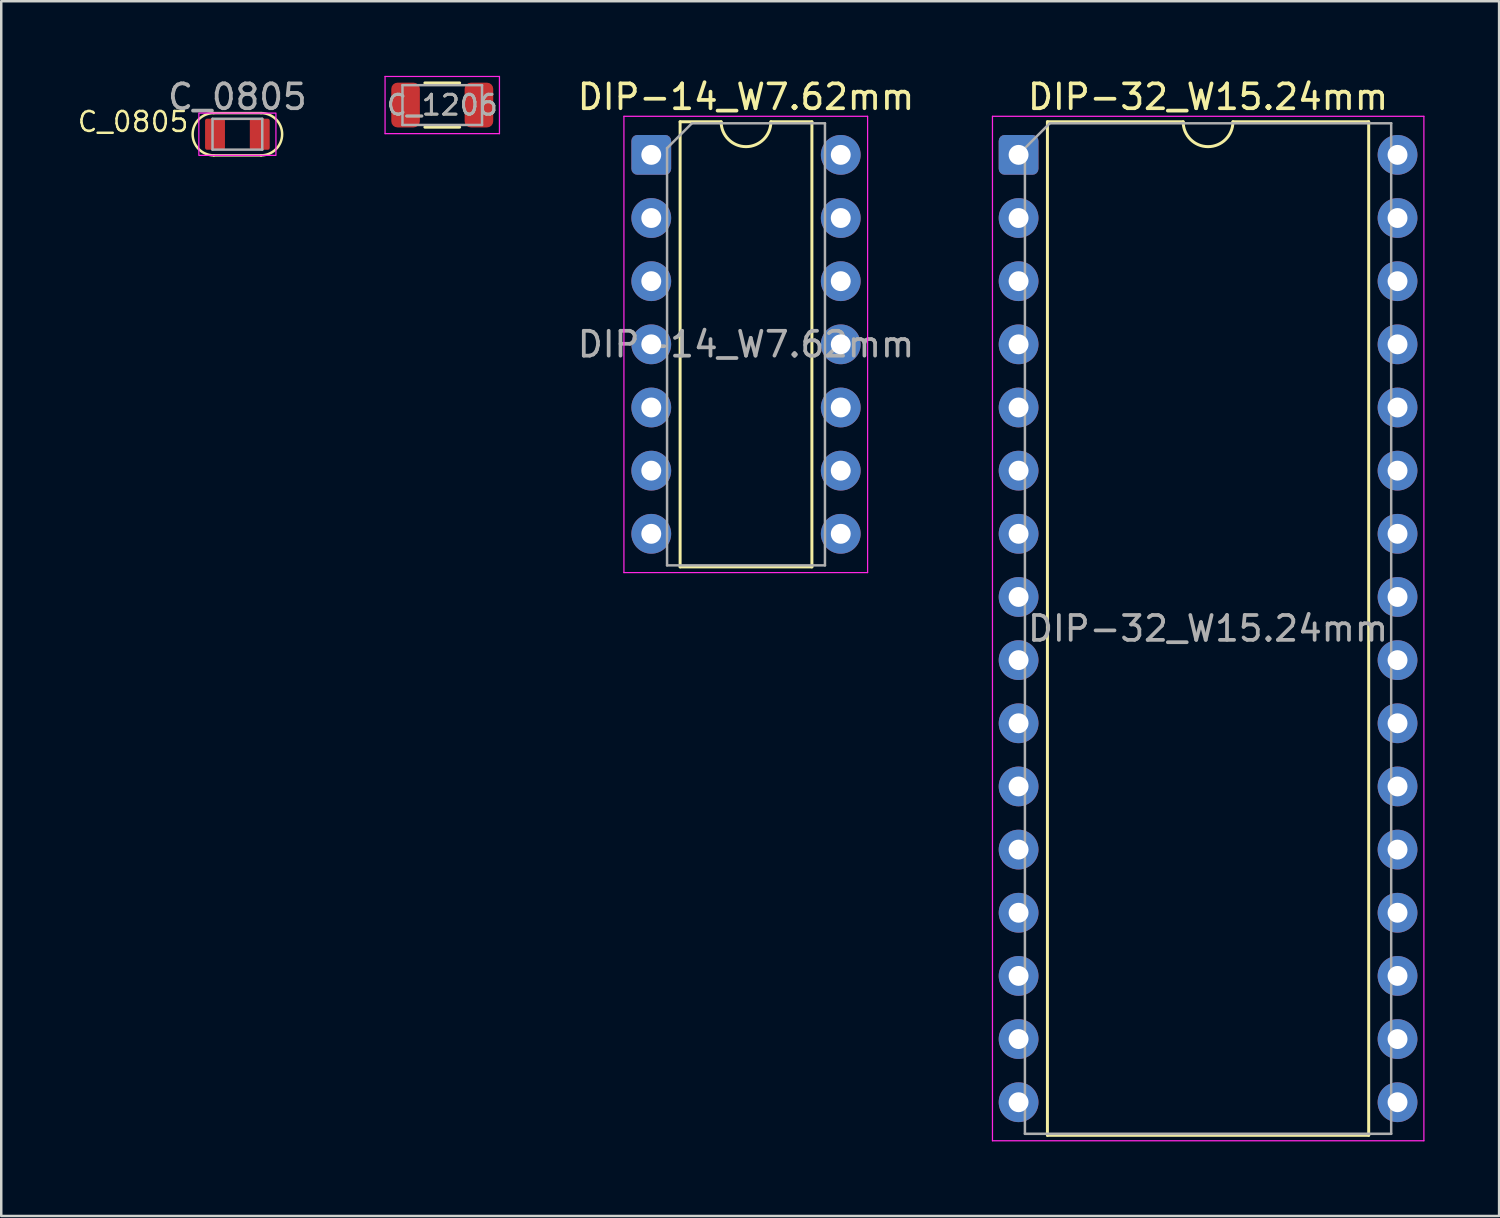
<source format=kicad_pcb>
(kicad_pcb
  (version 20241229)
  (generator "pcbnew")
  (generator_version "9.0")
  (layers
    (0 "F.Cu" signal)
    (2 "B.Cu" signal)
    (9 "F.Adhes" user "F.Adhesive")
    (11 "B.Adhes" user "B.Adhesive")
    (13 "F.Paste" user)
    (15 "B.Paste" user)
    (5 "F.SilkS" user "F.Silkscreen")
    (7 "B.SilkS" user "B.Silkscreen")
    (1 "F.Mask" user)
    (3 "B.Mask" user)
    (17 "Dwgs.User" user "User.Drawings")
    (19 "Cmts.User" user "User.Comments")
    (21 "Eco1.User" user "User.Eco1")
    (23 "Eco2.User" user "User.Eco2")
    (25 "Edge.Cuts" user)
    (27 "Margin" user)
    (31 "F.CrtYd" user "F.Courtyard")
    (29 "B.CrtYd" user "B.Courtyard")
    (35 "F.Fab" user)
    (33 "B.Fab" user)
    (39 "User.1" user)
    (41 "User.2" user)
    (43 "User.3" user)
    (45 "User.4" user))
  (footprint "C_0805"
    (layer "F.Cu")
    (at 6.497 2.348)
    (property "Reference" "C_0805" (at -1.9 -0.5 0) (unlocked yes) (layer "F.SilkS") (effects (font (size 0.8 0.8) (thickness 0.1)) (justify right)))
    (attr smd)
    (fp_line (start -0.95 -0.85) (end 0.95 -0.85) (stroke (width 0.1) (type default)) (layer "F.SilkS"))
    (fp_line (start -0.95 0.85) (end 0.95 0.85) (stroke (width 0.1) (type default)) (layer "F.SilkS"))
    (fp_arc (start -0.95 0.85) (mid -1.8 0) (end -0.95 -0.85) (stroke (width 0.1) (type default)) (layer "F.SilkS"))
    (fp_arc (start 0.95 -0.85) (mid 1.8 0) (end 0.95 0.85) (stroke (width 0.1) (type default)) (layer "F.SilkS"))
    (fp_rect (start -1.55 -0.85) (end 1.55 0.85) (stroke (width 0.05) (type default)) (fill no) (layer "F.CrtYd"))
    (fp_line (start -1 -0.62) (end 1 -0.62) (stroke (width 0.1) (type solid)) (layer "F.Fab"))
    (fp_line (start -1 0.62) (end -1 -0.62) (stroke (width 0.1) (type solid)) (layer "F.Fab"))
    (fp_line (start 1 -0.62) (end 1 0.62) (stroke (width 0.1) (type solid)) (layer "F.Fab"))
    (fp_line (start 1 0.62) (end -1 0.62) (stroke (width 0.1) (type solid)) (layer "F.Fab"))
    (fp_text user "${REFERENCE}" (at 0 -1.5 0) (layer "F.Fab") (effects (font (size 1 1) (thickness 0.15))))
    (pad "1" smd roundrect (at -0.9 0) (size 0.8 1.25) (layers "F.Cu" "F.Mask" "F.Paste") (roundrect_rratio 0.1))
    (pad "2" smd roundrect (at 0.9 0) (size 0.8 1.25) (layers "F.Cu" "F.Mask" "F.Paste") (roundrect_rratio 0.1)))
  (footprint "DIP-14_W7.62mm"
    (layer "F.Cu")
    (at 23.142 3.178)
    (property "Reference" "DIP-14_W7.62mm" (at 3.81 -2.33 0) (layer "F.SilkS") (effects (font (size 1 1) (thickness 0.15))))
    (attr through_hole)
    (fp_line (start 1.16 -1.33) (end 1.16 16.57) (stroke (width 0.12) (type solid)) (layer "F.SilkS"))
    (fp_line (start 1.16 16.57) (end 6.46 16.57) (stroke (width 0.12) (type solid)) (layer "F.SilkS"))
    (fp_line (start 2.81 -1.33) (end 1.16 -1.33) (stroke (width 0.12) (type solid)) (layer "F.SilkS"))
    (fp_line (start 6.46 -1.33) (end 4.81 -1.33) (stroke (width 0.12) (type solid)) (layer "F.SilkS"))
    (fp_line (start 6.46 16.57) (end 6.46 -1.33) (stroke (width 0.12) (type solid)) (layer "F.SilkS"))
    (fp_arc (start 4.81 -1.33) (mid 3.81 -0.33) (end 2.81 -1.33) (stroke (width 0.12) (type solid)) (layer "F.SilkS"))
    (fp_line (start -1.1 -1.55) (end -1.1 16.8) (stroke (width 0.05) (type solid)) (layer "F.CrtYd"))
    (fp_line (start -1.1 16.8) (end 8.7 16.8) (stroke (width 0.05) (type solid)) (layer "F.CrtYd"))
    (fp_line (start 8.7 -1.55) (end -1.1 -1.55) (stroke (width 0.05) (type solid)) (layer "F.CrtYd"))
    (fp_line (start 8.7 16.8) (end 8.7 -1.55) (stroke (width 0.05) (type solid)) (layer "F.CrtYd"))
    (fp_line (start 0.635 -0.27) (end 1.635 -1.27) (stroke (width 0.1) (type solid)) (layer "F.Fab"))
    (fp_line (start 0.635 16.51) (end 0.635 -0.27) (stroke (width 0.1) (type solid)) (layer "F.Fab"))
    (fp_line (start 1.635 -1.27) (end 6.985 -1.27) (stroke (width 0.1) (type solid)) (layer "F.Fab"))
    (fp_line (start 6.985 -1.27) (end 6.985 16.51) (stroke (width 0.1) (type solid)) (layer "F.Fab"))
    (fp_line (start 6.985 16.51) (end 0.635 16.51) (stroke (width 0.1) (type solid)) (layer "F.Fab"))
    (fp_text user "${REFERENCE}" (at 3.81 7.62 0) (layer "F.Fab") (effects (font (size 1 1) (thickness 0.15))))
    (pad "1" thru_hole roundrect (at 0 0) (size 1.6 1.6) (drill 0.8) (layers "*.Cu" "*.Mask") (roundrect_rratio 0.15))
    (pad "2" thru_hole circle (at 0 2.54) (size 1.6 1.6) (drill 0.8) (layers "*.Cu" "*.Mask"))
    (pad "3" thru_hole circle (at 0 5.08) (size 1.6 1.6) (drill 0.8) (layers "*.Cu" "*.Mask"))
    (pad "4" thru_hole circle (at 0 7.62) (size 1.6 1.6) (drill 0.8) (layers "*.Cu" "*.Mask"))
    (pad "5" thru_hole circle (at 0 10.16) (size 1.6 1.6) (drill 0.8) (layers "*.Cu" "*.Mask"))
    (pad "6" thru_hole circle (at 0 12.7) (size 1.6 1.6) (drill 0.8) (layers "*.Cu" "*.Mask"))
    (pad "7" thru_hole circle (at 0 15.24) (size 1.6 1.6) (drill 0.8) (layers "*.Cu" "*.Mask"))
    (pad "8" thru_hole circle (at 7.62 15.24) (size 1.6 1.6) (drill 0.8) (layers "*.Cu" "*.Mask"))
    (pad "9" thru_hole circle (at 7.62 12.7) (size 1.6 1.6) (drill 0.8) (layers "*.Cu" "*.Mask"))
    (pad "10" thru_hole circle (at 7.62 10.16) (size 1.6 1.6) (drill 0.8) (layers "*.Cu" "*.Mask"))
    (pad "11" thru_hole circle (at 7.62 7.62) (size 1.6 1.6) (drill 0.8) (layers "*.Cu" "*.Mask"))
    (pad "12" thru_hole circle (at 7.62 5.08) (size 1.6 1.6) (drill 0.8) (layers "*.Cu" "*.Mask"))
    (pad "13" thru_hole circle (at 7.62 2.54) (size 1.6 1.6) (drill 0.8) (layers "*.Cu" "*.Mask"))
    (pad "14" thru_hole circle (at 7.62 0) (size 1.6 1.6) (drill 0.8) (layers "*.Cu" "*.Mask")))
  (footprint "C_1206"
    (layer "F.Cu")
    (at 14.736 1.175)
    (property "Reference" "C_1206" (at 0 0 0) (unlocked yes) (layer "F.SilkS") (effects (font (size 0.8 0.8) (thickness 0.1))))
    (attr smd)
    (fp_line (start -0.699 -0.889) (end 0.699 -0.889) (stroke (width 0.12) (type solid)) (layer "F.SilkS"))
    (fp_line (start -0.699 0.889) (end 0.699 0.889) (stroke (width 0.12) (type solid)) (layer "F.SilkS"))
    (fp_line (start -2.3 -1.15) (end 2.3 -1.15) (stroke (width 0.05) (type solid)) (layer "F.CrtYd"))
    (fp_line (start -2.3 1.15) (end -2.3 -1.15) (stroke (width 0.05) (type solid)) (layer "F.CrtYd"))
    (fp_line (start 2.3 -1.15) (end 2.3 1.15) (stroke (width 0.05) (type solid)) (layer "F.CrtYd"))
    (fp_line (start 2.3 1.15) (end -2.3 1.15) (stroke (width 0.05) (type solid)) (layer "F.CrtYd"))
    (fp_line (start -1.6 -0.8) (end 1.6 -0.8) (stroke (width 0.1) (type solid)) (layer "F.Fab"))
    (fp_line (start -1.6 0.8) (end -1.6 -0.8) (stroke (width 0.1) (type solid)) (layer "F.Fab"))
    (fp_line (start 1.6 -0.8) (end 1.6 0.8) (stroke (width 0.1) (type solid)) (layer "F.Fab"))
    (fp_line (start 1.6 0.8) (end -1.6 0.8) (stroke (width 0.1) (type solid)) (layer "F.Fab"))
    (fp_text user "${REFERENCE}" (at 0 0 0) (layer "F.Fab") (effects (font (size 0.8 0.8) (thickness 0.12))))
    (pad "1" smd roundrect (at -1.475 0) (size 1.15 1.8) (layers "F.Cu" "F.Mask" "F.Paste") (roundrect_rratio 0.217))
    (pad "2" smd roundrect (at 1.475 0) (size 1.15 1.8) (layers "F.Cu" "F.Mask" "F.Paste") (roundrect_rratio 0.217)))
  (footprint "DIP-32_W15.24mm"
    (layer "F.Cu")
    (at 37.914 3.178)
    (property "Reference" "DIP-32_W15.24mm" (at 7.62 -2.33 0) (layer "F.SilkS") (effects (font (size 1 1) (thickness 0.15))))
    (attr through_hole)
    (fp_line (start 1.16 -1.33) (end 1.16 39.43) (stroke (width 0.12) (type solid)) (layer "F.SilkS"))
    (fp_line (start 1.16 39.43) (end 14.08 39.43) (stroke (width 0.12) (type solid)) (layer "F.SilkS"))
    (fp_line (start 6.62 -1.33) (end 1.16 -1.33) (stroke (width 0.12) (type solid)) (layer "F.SilkS"))
    (fp_line (start 14.08 -1.33) (end 8.62 -1.33) (stroke (width 0.12) (type solid)) (layer "F.SilkS"))
    (fp_line (start 14.08 39.43) (end 14.08 -1.33) (stroke (width 0.12) (type solid)) (layer "F.SilkS"))
    (fp_arc (start 8.62 -1.33) (mid 7.62 -0.33) (end 6.62 -1.33) (stroke (width 0.12) (type solid)) (layer "F.SilkS"))
    (fp_line (start -1.05 -1.55) (end -1.05 39.65) (stroke (width 0.05) (type solid)) (layer "F.CrtYd"))
    (fp_line (start -1.05 39.65) (end 16.3 39.65) (stroke (width 0.05) (type solid)) (layer "F.CrtYd"))
    (fp_line (start 16.3 -1.55) (end -1.05 -1.55) (stroke (width 0.05) (type solid)) (layer "F.CrtYd"))
    (fp_line (start 16.3 39.65) (end 16.3 -1.55) (stroke (width 0.05) (type solid)) (layer "F.CrtYd"))
    (fp_line (start 0.255 -0.27) (end 1.255 -1.27) (stroke (width 0.1) (type solid)) (layer "F.Fab"))
    (fp_line (start 0.255 39.37) (end 0.255 -0.27) (stroke (width 0.1) (type solid)) (layer "F.Fab"))
    (fp_line (start 1.255 -1.27) (end 14.985 -1.27) (stroke (width 0.1) (type solid)) (layer "F.Fab"))
    (fp_line (start 14.985 -1.27) (end 14.985 39.37) (stroke (width 0.1) (type solid)) (layer "F.Fab"))
    (fp_line (start 14.985 39.37) (end 0.255 39.37) (stroke (width 0.1) (type solid)) (layer "F.Fab"))
    (fp_text user "${REFERENCE}" (at 7.62 19.05 0) (layer "F.Fab") (effects (font (size 1 1) (thickness 0.15))))
    (pad "1" thru_hole roundrect (at 0 0) (size 1.6 1.6) (drill 0.8) (layers "*.Cu" "*.Mask") (roundrect_rratio 0.15))
    (pad "2" thru_hole circle (at 0 2.54) (size 1.6 1.6) (drill 0.8) (layers "*.Cu" "*.Mask"))
    (pad "3" thru_hole circle (at 0 5.08) (size 1.6 1.6) (drill 0.8) (layers "*.Cu" "*.Mask"))
    (pad "4" thru_hole circle (at 0 7.62) (size 1.6 1.6) (drill 0.8) (layers "*.Cu" "*.Mask"))
    (pad "5" thru_hole circle (at 0 10.16) (size 1.6 1.6) (drill 0.8) (layers "*.Cu" "*.Mask"))
    (pad "6" thru_hole circle (at 0 12.7) (size 1.6 1.6) (drill 0.8) (layers "*.Cu" "*.Mask"))
    (pad "7" thru_hole circle (at 0 15.24) (size 1.6 1.6) (drill 0.8) (layers "*.Cu" "*.Mask"))
    (pad "8" thru_hole circle (at 0 17.78) (size 1.6 1.6) (drill 0.8) (layers "*.Cu" "*.Mask"))
    (pad "9" thru_hole circle (at 0 20.32) (size 1.6 1.6) (drill 0.8) (layers "*.Cu" "*.Mask"))
    (pad "10" thru_hole circle (at 0 22.86) (size 1.6 1.6) (drill 0.8) (layers "*.Cu" "*.Mask"))
    (pad "11" thru_hole circle (at 0 25.4) (size 1.6 1.6) (drill 0.8) (layers "*.Cu" "*.Mask"))
    (pad "12" thru_hole circle (at 0 27.94) (size 1.6 1.6) (drill 0.8) (layers "*.Cu" "*.Mask"))
    (pad "13" thru_hole circle (at 0 30.48) (size 1.6 1.6) (drill 0.8) (layers "*.Cu" "*.Mask"))
    (pad "14" thru_hole circle (at 0 33.02) (size 1.6 1.6) (drill 0.8) (layers "*.Cu" "*.Mask"))
    (pad "15" thru_hole circle (at 0 35.56) (size 1.6 1.6) (drill 0.8) (layers "*.Cu" "*.Mask"))
    (pad "16" thru_hole circle (at 0 38.1) (size 1.6 1.6) (drill 0.8) (layers "*.Cu" "*.Mask"))
    (pad "17" thru_hole circle (at 15.24 38.1) (size 1.6 1.6) (drill 0.8) (layers "*.Cu" "*.Mask"))
    (pad "18" thru_hole circle (at 15.24 35.56) (size 1.6 1.6) (drill 0.8) (layers "*.Cu" "*.Mask"))
    (pad "19" thru_hole circle (at 15.24 33.02) (size 1.6 1.6) (drill 0.8) (layers "*.Cu" "*.Mask"))
    (pad "20" thru_hole circle (at 15.24 30.48) (size 1.6 1.6) (drill 0.8) (layers "*.Cu" "*.Mask"))
    (pad "21" thru_hole circle (at 15.24 27.94) (size 1.6 1.6) (drill 0.8) (layers "*.Cu" "*.Mask"))
    (pad "22" thru_hole circle (at 15.24 25.4) (size 1.6 1.6) (drill 0.8) (layers "*.Cu" "*.Mask"))
    (pad "23" thru_hole circle (at 15.24 22.86) (size 1.6 1.6) (drill 0.8) (layers "*.Cu" "*.Mask"))
    (pad "24" thru_hole circle (at 15.24 20.32) (size 1.6 1.6) (drill 0.8) (layers "*.Cu" "*.Mask"))
    (pad "25" thru_hole circle (at 15.24 17.78) (size 1.6 1.6) (drill 0.8) (layers "*.Cu" "*.Mask"))
    (pad "26" thru_hole circle (at 15.24 15.24) (size 1.6 1.6) (drill 0.8) (layers "*.Cu" "*.Mask"))
    (pad "27" thru_hole circle (at 15.24 12.7) (size 1.6 1.6) (drill 0.8) (layers "*.Cu" "*.Mask"))
    (pad "28" thru_hole circle (at 15.24 10.16) (size 1.6 1.6) (drill 0.8) (layers "*.Cu" "*.Mask"))
    (pad "29" thru_hole circle (at 15.24 7.62) (size 1.6 1.6) (drill 0.8) (layers "*.Cu" "*.Mask"))
    (pad "30" thru_hole circle (at 15.24 5.08) (size 1.6 1.6) (drill 0.8) (layers "*.Cu" "*.Mask"))
    (pad "31" thru_hole circle (at 15.24 2.54) (size 1.6 1.6) (drill 0.8) (layers "*.Cu" "*.Mask"))
    (pad "32" thru_hole circle (at 15.24 0) (size 1.6 1.6) (drill 0.8) (layers "*.Cu" "*.Mask")))
  (gr_rect
    (start -3 -3)
    (end 57.239 45.853)
    (stroke (width 0.1) (type default))
    (fill no)
    (layer "Edge.Cuts")))
</source>
